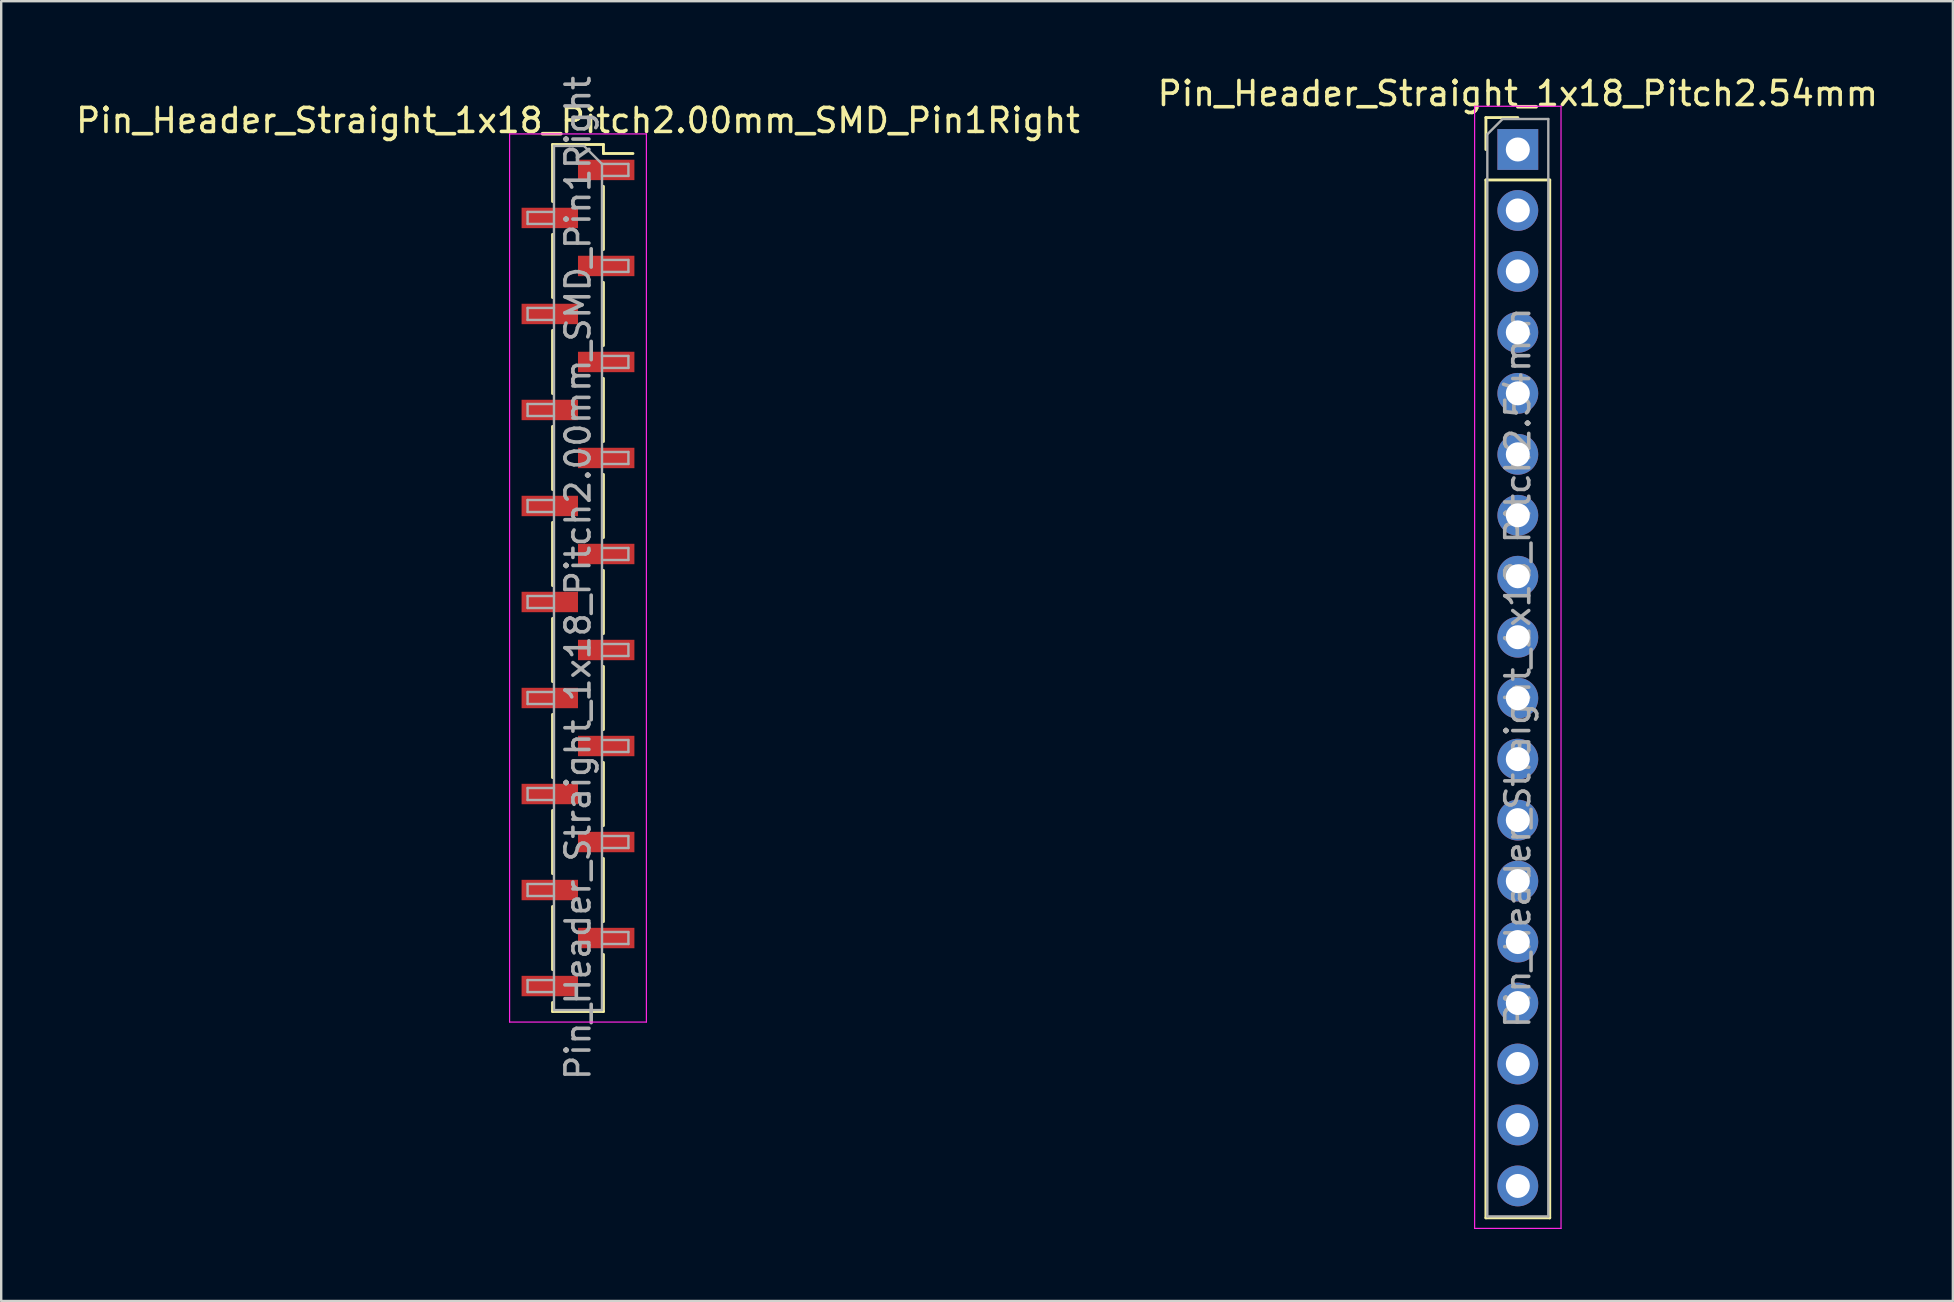
<source format=kicad_pcb>
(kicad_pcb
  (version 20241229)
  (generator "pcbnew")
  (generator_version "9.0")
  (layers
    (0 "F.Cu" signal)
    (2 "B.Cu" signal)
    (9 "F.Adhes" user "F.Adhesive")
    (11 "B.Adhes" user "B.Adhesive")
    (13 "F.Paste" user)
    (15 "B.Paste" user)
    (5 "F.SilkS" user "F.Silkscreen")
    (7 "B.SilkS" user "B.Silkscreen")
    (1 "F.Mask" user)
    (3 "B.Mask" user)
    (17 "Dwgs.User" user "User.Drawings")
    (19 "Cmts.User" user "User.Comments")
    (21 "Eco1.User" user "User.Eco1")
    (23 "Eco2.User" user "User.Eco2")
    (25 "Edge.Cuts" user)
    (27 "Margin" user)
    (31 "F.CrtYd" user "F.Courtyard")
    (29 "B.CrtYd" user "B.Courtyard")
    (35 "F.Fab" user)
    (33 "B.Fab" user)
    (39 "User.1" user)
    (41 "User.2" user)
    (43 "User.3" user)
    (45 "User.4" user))
  (footprint "Pin_Header_Straight_1x18_Pitch2.54mm"
    (layer "F.Cu")
    (at 60.185 3.178)
    (property "Reference" "Pin_Header_Straight_1x18_Pitch2.54mm" (at 0 -2.33 0) (layer "F.SilkS") (effects (font (size 1 1) (thickness 0.15))))
    (attr through_hole)
    (fp_line (start -1.33 -1.33) (end 0 -1.33) (stroke (width 0.12) (type solid)) (layer "F.SilkS"))
    (fp_line (start -1.33 0) (end -1.33 -1.33) (stroke (width 0.12) (type solid)) (layer "F.SilkS"))
    (fp_line (start -1.33 1.27) (end -1.33 44.51) (stroke (width 0.12) (type solid)) (layer "F.SilkS"))
    (fp_line (start -1.33 1.27) (end 1.33 1.27) (stroke (width 0.12) (type solid)) (layer "F.SilkS"))
    (fp_line (start -1.33 44.51) (end 1.33 44.51) (stroke (width 0.12) (type solid)) (layer "F.SilkS"))
    (fp_line (start 1.33 1.27) (end 1.33 44.51) (stroke (width 0.12) (type solid)) (layer "F.SilkS"))
    (fp_line (start -1.8 -1.8) (end -1.8 44.95) (stroke (width 0.05) (type solid)) (layer "F.CrtYd"))
    (fp_line (start -1.8 44.95) (end 1.8 44.95) (stroke (width 0.05) (type solid)) (layer "F.CrtYd"))
    (fp_line (start 1.8 -1.8) (end -1.8 -1.8) (stroke (width 0.05) (type solid)) (layer "F.CrtYd"))
    (fp_line (start 1.8 44.95) (end 1.8 -1.8) (stroke (width 0.05) (type solid)) (layer "F.CrtYd"))
    (fp_line (start -1.27 -0.635) (end -0.635 -1.27) (stroke (width 0.1) (type solid)) (layer "F.Fab"))
    (fp_line (start -1.27 44.45) (end -1.27 -0.635) (stroke (width 0.1) (type solid)) (layer "F.Fab"))
    (fp_line (start -0.635 -1.27) (end 1.27 -1.27) (stroke (width 0.1) (type solid)) (layer "F.Fab"))
    (fp_line (start 1.27 -1.27) (end 1.27 44.45) (stroke (width 0.1) (type solid)) (layer "F.Fab"))
    (fp_line (start 1.27 44.45) (end -1.27 44.45) (stroke (width 0.1) (type solid)) (layer "F.Fab"))
    (fp_text user "${REFERENCE}" (at 0 21.59 90) (layer "F.Fab") (effects (font (size 1 1) (thickness 0.15))))
    (pad "1" thru_hole rect (at 0 0) (size 1.7 1.7) (drill 1) (layers "*.Cu" "*.Mask"))
    (pad "2" thru_hole oval (at 0 2.54) (size 1.7 1.7) (drill 1) (layers "*.Cu" "*.Mask"))
    (pad "3" thru_hole oval (at 0 5.08) (size 1.7 1.7) (drill 1) (layers "*.Cu" "*.Mask"))
    (pad "4" thru_hole oval (at 0 7.62) (size 1.7 1.7) (drill 1) (layers "*.Cu" "*.Mask"))
    (pad "5" thru_hole oval (at 0 10.16) (size 1.7 1.7) (drill 1) (layers "*.Cu" "*.Mask"))
    (pad "6" thru_hole oval (at 0 12.7) (size 1.7 1.7) (drill 1) (layers "*.Cu" "*.Mask"))
    (pad "7" thru_hole oval (at 0 15.24) (size 1.7 1.7) (drill 1) (layers "*.Cu" "*.Mask"))
    (pad "8" thru_hole oval (at 0 17.78) (size 1.7 1.7) (drill 1) (layers "*.Cu" "*.Mask"))
    (pad "9" thru_hole oval (at 0 20.32) (size 1.7 1.7) (drill 1) (layers "*.Cu" "*.Mask"))
    (pad "10" thru_hole oval (at 0 22.86) (size 1.7 1.7) (drill 1) (layers "*.Cu" "*.Mask"))
    (pad "11" thru_hole oval (at 0 25.4) (size 1.7 1.7) (drill 1) (layers "*.Cu" "*.Mask"))
    (pad "12" thru_hole oval (at 0 27.94) (size 1.7 1.7) (drill 1) (layers "*.Cu" "*.Mask"))
    (pad "13" thru_hole oval (at 0 30.48) (size 1.7 1.7) (drill 1) (layers "*.Cu" "*.Mask"))
    (pad "14" thru_hole oval (at 0 33.02) (size 1.7 1.7) (drill 1) (layers "*.Cu" "*.Mask"))
    (pad "15" thru_hole oval (at 0 35.56) (size 1.7 1.7) (drill 1) (layers "*.Cu" "*.Mask"))
    (pad "16" thru_hole oval (at 0 38.1) (size 1.7 1.7) (drill 1) (layers "*.Cu" "*.Mask"))
    (pad "17" thru_hole oval (at 0 40.64) (size 1.7 1.7) (drill 1) (layers "*.Cu" "*.Mask"))
    (pad "18" thru_hole oval (at 0 43.18) (size 1.7 1.7) (drill 1) (layers "*.Cu" "*.Mask")))
  (footprint "Pin_Header_Straight_1x18_Pitch2.00mm_SMD_Pin1Right"
    (layer "F.Cu")
    (at 21.03 21.03)
    (property "Reference" "Pin_Header_Straight_1x18_Pitch2.00mm_SMD_Pin1Right" (at 0 -19.06 0) (layer "F.SilkS") (effects (font (size 1 1) (thickness 0.15))))
    (attr smd)
    (fp_line (start -1.06 -18.06) (end -1.06 -15.685) (stroke (width 0.12) (type solid)) (layer "F.SilkS"))
    (fp_line (start -1.06 -18.06) (end 1.06 -18.06) (stroke (width 0.12) (type solid)) (layer "F.SilkS"))
    (fp_line (start -1.06 -14.315) (end -1.06 -11.685) (stroke (width 0.12) (type solid)) (layer "F.SilkS"))
    (fp_line (start -1.06 -10.315) (end -1.06 -7.685) (stroke (width 0.12) (type solid)) (layer "F.SilkS"))
    (fp_line (start -1.06 -6.315) (end -1.06 -3.685) (stroke (width 0.12) (type solid)) (layer "F.SilkS"))
    (fp_line (start -1.06 -2.315) (end -1.06 0.315) (stroke (width 0.12) (type solid)) (layer "F.SilkS"))
    (fp_line (start -1.06 1.685) (end -1.06 4.315) (stroke (width 0.12) (type solid)) (layer "F.SilkS"))
    (fp_line (start -1.06 5.685) (end -1.06 8.315) (stroke (width 0.12) (type solid)) (layer "F.SilkS"))
    (fp_line (start -1.06 9.685) (end -1.06 12.315) (stroke (width 0.12) (type solid)) (layer "F.SilkS"))
    (fp_line (start -1.06 13.685) (end -1.06 16.315) (stroke (width 0.12) (type solid)) (layer "F.SilkS"))
    (fp_line (start -1.06 17.685) (end -1.06 18.06) (stroke (width 0.12) (type solid)) (layer "F.SilkS"))
    (fp_line (start -1.06 18.06) (end 1.06 18.06) (stroke (width 0.12) (type solid)) (layer "F.SilkS"))
    (fp_line (start 1.06 -18.06) (end 1.06 -17.685) (stroke (width 0.12) (type solid)) (layer "F.SilkS"))
    (fp_line (start 1.06 -17.685) (end 2.29 -17.685) (stroke (width 0.12) (type solid)) (layer "F.SilkS"))
    (fp_line (start 1.06 -16.315) (end 1.06 -13.685) (stroke (width 0.12) (type solid)) (layer "F.SilkS"))
    (fp_line (start 1.06 -12.315) (end 1.06 -9.685) (stroke (width 0.12) (type solid)) (layer "F.SilkS"))
    (fp_line (start 1.06 -8.315) (end 1.06 -5.685) (stroke (width 0.12) (type solid)) (layer "F.SilkS"))
    (fp_line (start 1.06 -4.315) (end 1.06 -1.685) (stroke (width 0.12) (type solid)) (layer "F.SilkS"))
    (fp_line (start 1.06 -0.315) (end 1.06 2.315) (stroke (width 0.12) (type solid)) (layer "F.SilkS"))
    (fp_line (start 1.06 3.685) (end 1.06 6.315) (stroke (width 0.12) (type solid)) (layer "F.SilkS"))
    (fp_line (start 1.06 7.685) (end 1.06 10.315) (stroke (width 0.12) (type solid)) (layer "F.SilkS"))
    (fp_line (start 1.06 11.685) (end 1.06 14.315) (stroke (width 0.12) (type solid)) (layer "F.SilkS"))
    (fp_line (start 1.06 15.685) (end 1.06 18.06) (stroke (width 0.12) (type solid)) (layer "F.SilkS"))
    (fp_line (start -2.85 -18.5) (end -2.85 18.5) (stroke (width 0.05) (type solid)) (layer "F.CrtYd"))
    (fp_line (start -2.85 18.5) (end 2.85 18.5) (stroke (width 0.05) (type solid)) (layer "F.CrtYd"))
    (fp_line (start 2.85 -18.5) (end -2.85 -18.5) (stroke (width 0.05) (type solid)) (layer "F.CrtYd"))
    (fp_line (start 2.85 18.5) (end 2.85 -18.5) (stroke (width 0.05) (type solid)) (layer "F.CrtYd"))
    (fp_line (start -2.1 -15.25) (end -2.1 -14.75) (stroke (width 0.1) (type solid)) (layer "F.Fab"))
    (fp_line (start -2.1 -14.75) (end -1 -14.75) (stroke (width 0.1) (type solid)) (layer "F.Fab"))
    (fp_line (start -2.1 -11.25) (end -2.1 -10.75) (stroke (width 0.1) (type solid)) (layer "F.Fab"))
    (fp_line (start -2.1 -10.75) (end -1 -10.75) (stroke (width 0.1) (type solid)) (layer "F.Fab"))
    (fp_line (start -2.1 -7.25) (end -2.1 -6.75) (stroke (width 0.1) (type solid)) (layer "F.Fab"))
    (fp_line (start -2.1 -6.75) (end -1 -6.75) (stroke (width 0.1) (type solid)) (layer "F.Fab"))
    (fp_line (start -2.1 -3.25) (end -2.1 -2.75) (stroke (width 0.1) (type solid)) (layer "F.Fab"))
    (fp_line (start -2.1 -2.75) (end -1 -2.75) (stroke (width 0.1) (type solid)) (layer "F.Fab"))
    (fp_line (start -2.1 0.75) (end -2.1 1.25) (stroke (width 0.1) (type solid)) (layer "F.Fab"))
    (fp_line (start -2.1 1.25) (end -1 1.25) (stroke (width 0.1) (type solid)) (layer "F.Fab"))
    (fp_line (start -2.1 4.75) (end -2.1 5.25) (stroke (width 0.1) (type solid)) (layer "F.Fab"))
    (fp_line (start -2.1 5.25) (end -1 5.25) (stroke (width 0.1) (type solid)) (layer "F.Fab"))
    (fp_line (start -2.1 8.75) (end -2.1 9.25) (stroke (width 0.1) (type solid)) (layer "F.Fab"))
    (fp_line (start -2.1 9.25) (end -1 9.25) (stroke (width 0.1) (type solid)) (layer "F.Fab"))
    (fp_line (start -2.1 12.75) (end -2.1 13.25) (stroke (width 0.1) (type solid)) (layer "F.Fab"))
    (fp_line (start -2.1 13.25) (end -1 13.25) (stroke (width 0.1) (type solid)) (layer "F.Fab"))
    (fp_line (start -2.1 16.75) (end -2.1 17.25) (stroke (width 0.1) (type solid)) (layer "F.Fab"))
    (fp_line (start -2.1 17.25) (end -1 17.25) (stroke (width 0.1) (type solid)) (layer "F.Fab"))
    (fp_line (start -1 -18) (end -1 18) (stroke (width 0.1) (type solid)) (layer "F.Fab"))
    (fp_line (start -1 -18) (end 0.25 -18) (stroke (width 0.1) (type solid)) (layer "F.Fab"))
    (fp_line (start -1 -15.25) (end -2.1 -15.25) (stroke (width 0.1) (type solid)) (layer "F.Fab"))
    (fp_line (start -1 -11.25) (end -2.1 -11.25) (stroke (width 0.1) (type solid)) (layer "F.Fab"))
    (fp_line (start -1 -7.25) (end -2.1 -7.25) (stroke (width 0.1) (type solid)) (layer "F.Fab"))
    (fp_line (start -1 -3.25) (end -2.1 -3.25) (stroke (width 0.1) (type solid)) (layer "F.Fab"))
    (fp_line (start -1 0.75) (end -2.1 0.75) (stroke (width 0.1) (type solid)) (layer "F.Fab"))
    (fp_line (start -1 4.75) (end -2.1 4.75) (stroke (width 0.1) (type solid)) (layer "F.Fab"))
    (fp_line (start -1 8.75) (end -2.1 8.75) (stroke (width 0.1) (type solid)) (layer "F.Fab"))
    (fp_line (start -1 12.75) (end -2.1 12.75) (stroke (width 0.1) (type solid)) (layer "F.Fab"))
    (fp_line (start -1 16.75) (end -2.1 16.75) (stroke (width 0.1) (type solid)) (layer "F.Fab"))
    (fp_line (start 1 -17.25) (end 0.25 -18) (stroke (width 0.1) (type solid)) (layer "F.Fab"))
    (fp_line (start 1 -17.25) (end 2.1 -17.25) (stroke (width 0.1) (type solid)) (layer "F.Fab"))
    (fp_line (start 1 -13.25) (end 2.1 -13.25) (stroke (width 0.1) (type solid)) (layer "F.Fab"))
    (fp_line (start 1 -9.25) (end 2.1 -9.25) (stroke (width 0.1) (type solid)) (layer "F.Fab"))
    (fp_line (start 1 -5.25) (end 2.1 -5.25) (stroke (width 0.1) (type solid)) (layer "F.Fab"))
    (fp_line (start 1 -1.25) (end 2.1 -1.25) (stroke (width 0.1) (type solid)) (layer "F.Fab"))
    (fp_line (start 1 2.75) (end 2.1 2.75) (stroke (width 0.1) (type solid)) (layer "F.Fab"))
    (fp_line (start 1 6.75) (end 2.1 6.75) (stroke (width 0.1) (type solid)) (layer "F.Fab"))
    (fp_line (start 1 10.75) (end 2.1 10.75) (stroke (width 0.1) (type solid)) (layer "F.Fab"))
    (fp_line (start 1 14.75) (end 2.1 14.75) (stroke (width 0.1) (type solid)) (layer "F.Fab"))
    (fp_line (start 1 18) (end -1 18) (stroke (width 0.1) (type solid)) (layer "F.Fab"))
    (fp_line (start 1 18) (end 1 -17.25) (stroke (width 0.1) (type solid)) (layer "F.Fab"))
    (fp_line (start 2.1 -17.25) (end 2.1 -16.75) (stroke (width 0.1) (type solid)) (layer "F.Fab"))
    (fp_line (start 2.1 -16.75) (end 1 -16.75) (stroke (width 0.1) (type solid)) (layer "F.Fab"))
    (fp_line (start 2.1 -13.25) (end 2.1 -12.75) (stroke (width 0.1) (type solid)) (layer "F.Fab"))
    (fp_line (start 2.1 -12.75) (end 1 -12.75) (stroke (width 0.1) (type solid)) (layer "F.Fab"))
    (fp_line (start 2.1 -9.25) (end 2.1 -8.75) (stroke (width 0.1) (type solid)) (layer "F.Fab"))
    (fp_line (start 2.1 -8.75) (end 1 -8.75) (stroke (width 0.1) (type solid)) (layer "F.Fab"))
    (fp_line (start 2.1 -5.25) (end 2.1 -4.75) (stroke (width 0.1) (type solid)) (layer "F.Fab"))
    (fp_line (start 2.1 -4.75) (end 1 -4.75) (stroke (width 0.1) (type solid)) (layer "F.Fab"))
    (fp_line (start 2.1 -1.25) (end 2.1 -0.75) (stroke (width 0.1) (type solid)) (layer "F.Fab"))
    (fp_line (start 2.1 -0.75) (end 1 -0.75) (stroke (width 0.1) (type solid)) (layer "F.Fab"))
    (fp_line (start 2.1 2.75) (end 2.1 3.25) (stroke (width 0.1) (type solid)) (layer "F.Fab"))
    (fp_line (start 2.1 3.25) (end 1 3.25) (stroke (width 0.1) (type solid)) (layer "F.Fab"))
    (fp_line (start 2.1 6.75) (end 2.1 7.25) (stroke (width 0.1) (type solid)) (layer "F.Fab"))
    (fp_line (start 2.1 7.25) (end 1 7.25) (stroke (width 0.1) (type solid)) (layer "F.Fab"))
    (fp_line (start 2.1 10.75) (end 2.1 11.25) (stroke (width 0.1) (type solid)) (layer "F.Fab"))
    (fp_line (start 2.1 11.25) (end 1 11.25) (stroke (width 0.1) (type solid)) (layer "F.Fab"))
    (fp_line (start 2.1 14.75) (end 2.1 15.25) (stroke (width 0.1) (type solid)) (layer "F.Fab"))
    (fp_line (start 2.1 15.25) (end 1 15.25) (stroke (width 0.1) (type solid)) (layer "F.Fab"))
    (fp_text user "${REFERENCE}" (at 0 0 90) (layer "F.Fab") (effects (font (size 1 1) (thickness 0.15))))
    (pad "1" smd rect (at 1.175 -17) (size 2.35 0.85) (layers "F.Cu" "F.Mask" "F.Paste"))
    (pad "2" smd rect (at -1.175 -15) (size 2.35 0.85) (layers "F.Cu" "F.Mask" "F.Paste"))
    (pad "3" smd rect (at 1.175 -13) (size 2.35 0.85) (layers "F.Cu" "F.Mask" "F.Paste"))
    (pad "4" smd rect (at -1.175 -11) (size 2.35 0.85) (layers "F.Cu" "F.Mask" "F.Paste"))
    (pad "5" smd rect (at 1.175 -9) (size 2.35 0.85) (layers "F.Cu" "F.Mask" "F.Paste"))
    (pad "6" smd rect (at -1.175 -7) (size 2.35 0.85) (layers "F.Cu" "F.Mask" "F.Paste"))
    (pad "7" smd rect (at 1.175 -5) (size 2.35 0.85) (layers "F.Cu" "F.Mask" "F.Paste"))
    (pad "8" smd rect (at -1.175 -3) (size 2.35 0.85) (layers "F.Cu" "F.Mask" "F.Paste"))
    (pad "9" smd rect (at 1.175 -1) (size 2.35 0.85) (layers "F.Cu" "F.Mask" "F.Paste"))
    (pad "10" smd rect (at -1.175 1) (size 2.35 0.85) (layers "F.Cu" "F.Mask" "F.Paste"))
    (pad "11" smd rect (at 1.175 3) (size 2.35 0.85) (layers "F.Cu" "F.Mask" "F.Paste"))
    (pad "12" smd rect (at -1.175 5) (size 2.35 0.85) (layers "F.Cu" "F.Mask" "F.Paste"))
    (pad "13" smd rect (at 1.175 7) (size 2.35 0.85) (layers "F.Cu" "F.Mask" "F.Paste"))
    (pad "14" smd rect (at -1.175 9) (size 2.35 0.85) (layers "F.Cu" "F.Mask" "F.Paste"))
    (pad "15" smd rect (at 1.175 11) (size 2.35 0.85) (layers "F.Cu" "F.Mask" "F.Paste"))
    (pad "16" smd rect (at -1.175 13) (size 2.35 0.85) (layers "F.Cu" "F.Mask" "F.Paste"))
    (pad "17" smd rect (at 1.175 15) (size 2.35 0.85) (layers "F.Cu" "F.Mask" "F.Paste"))
    (pad "18" smd rect (at -1.175 17) (size 2.35 0.85) (layers "F.Cu" "F.Mask" "F.Paste")))
  (gr_rect
    (start -3 -3)
    (end 78.31 51.153)
    (stroke (width 0.1) (type default))
    (fill no)
    (layer "Edge.Cuts")))
</source>
